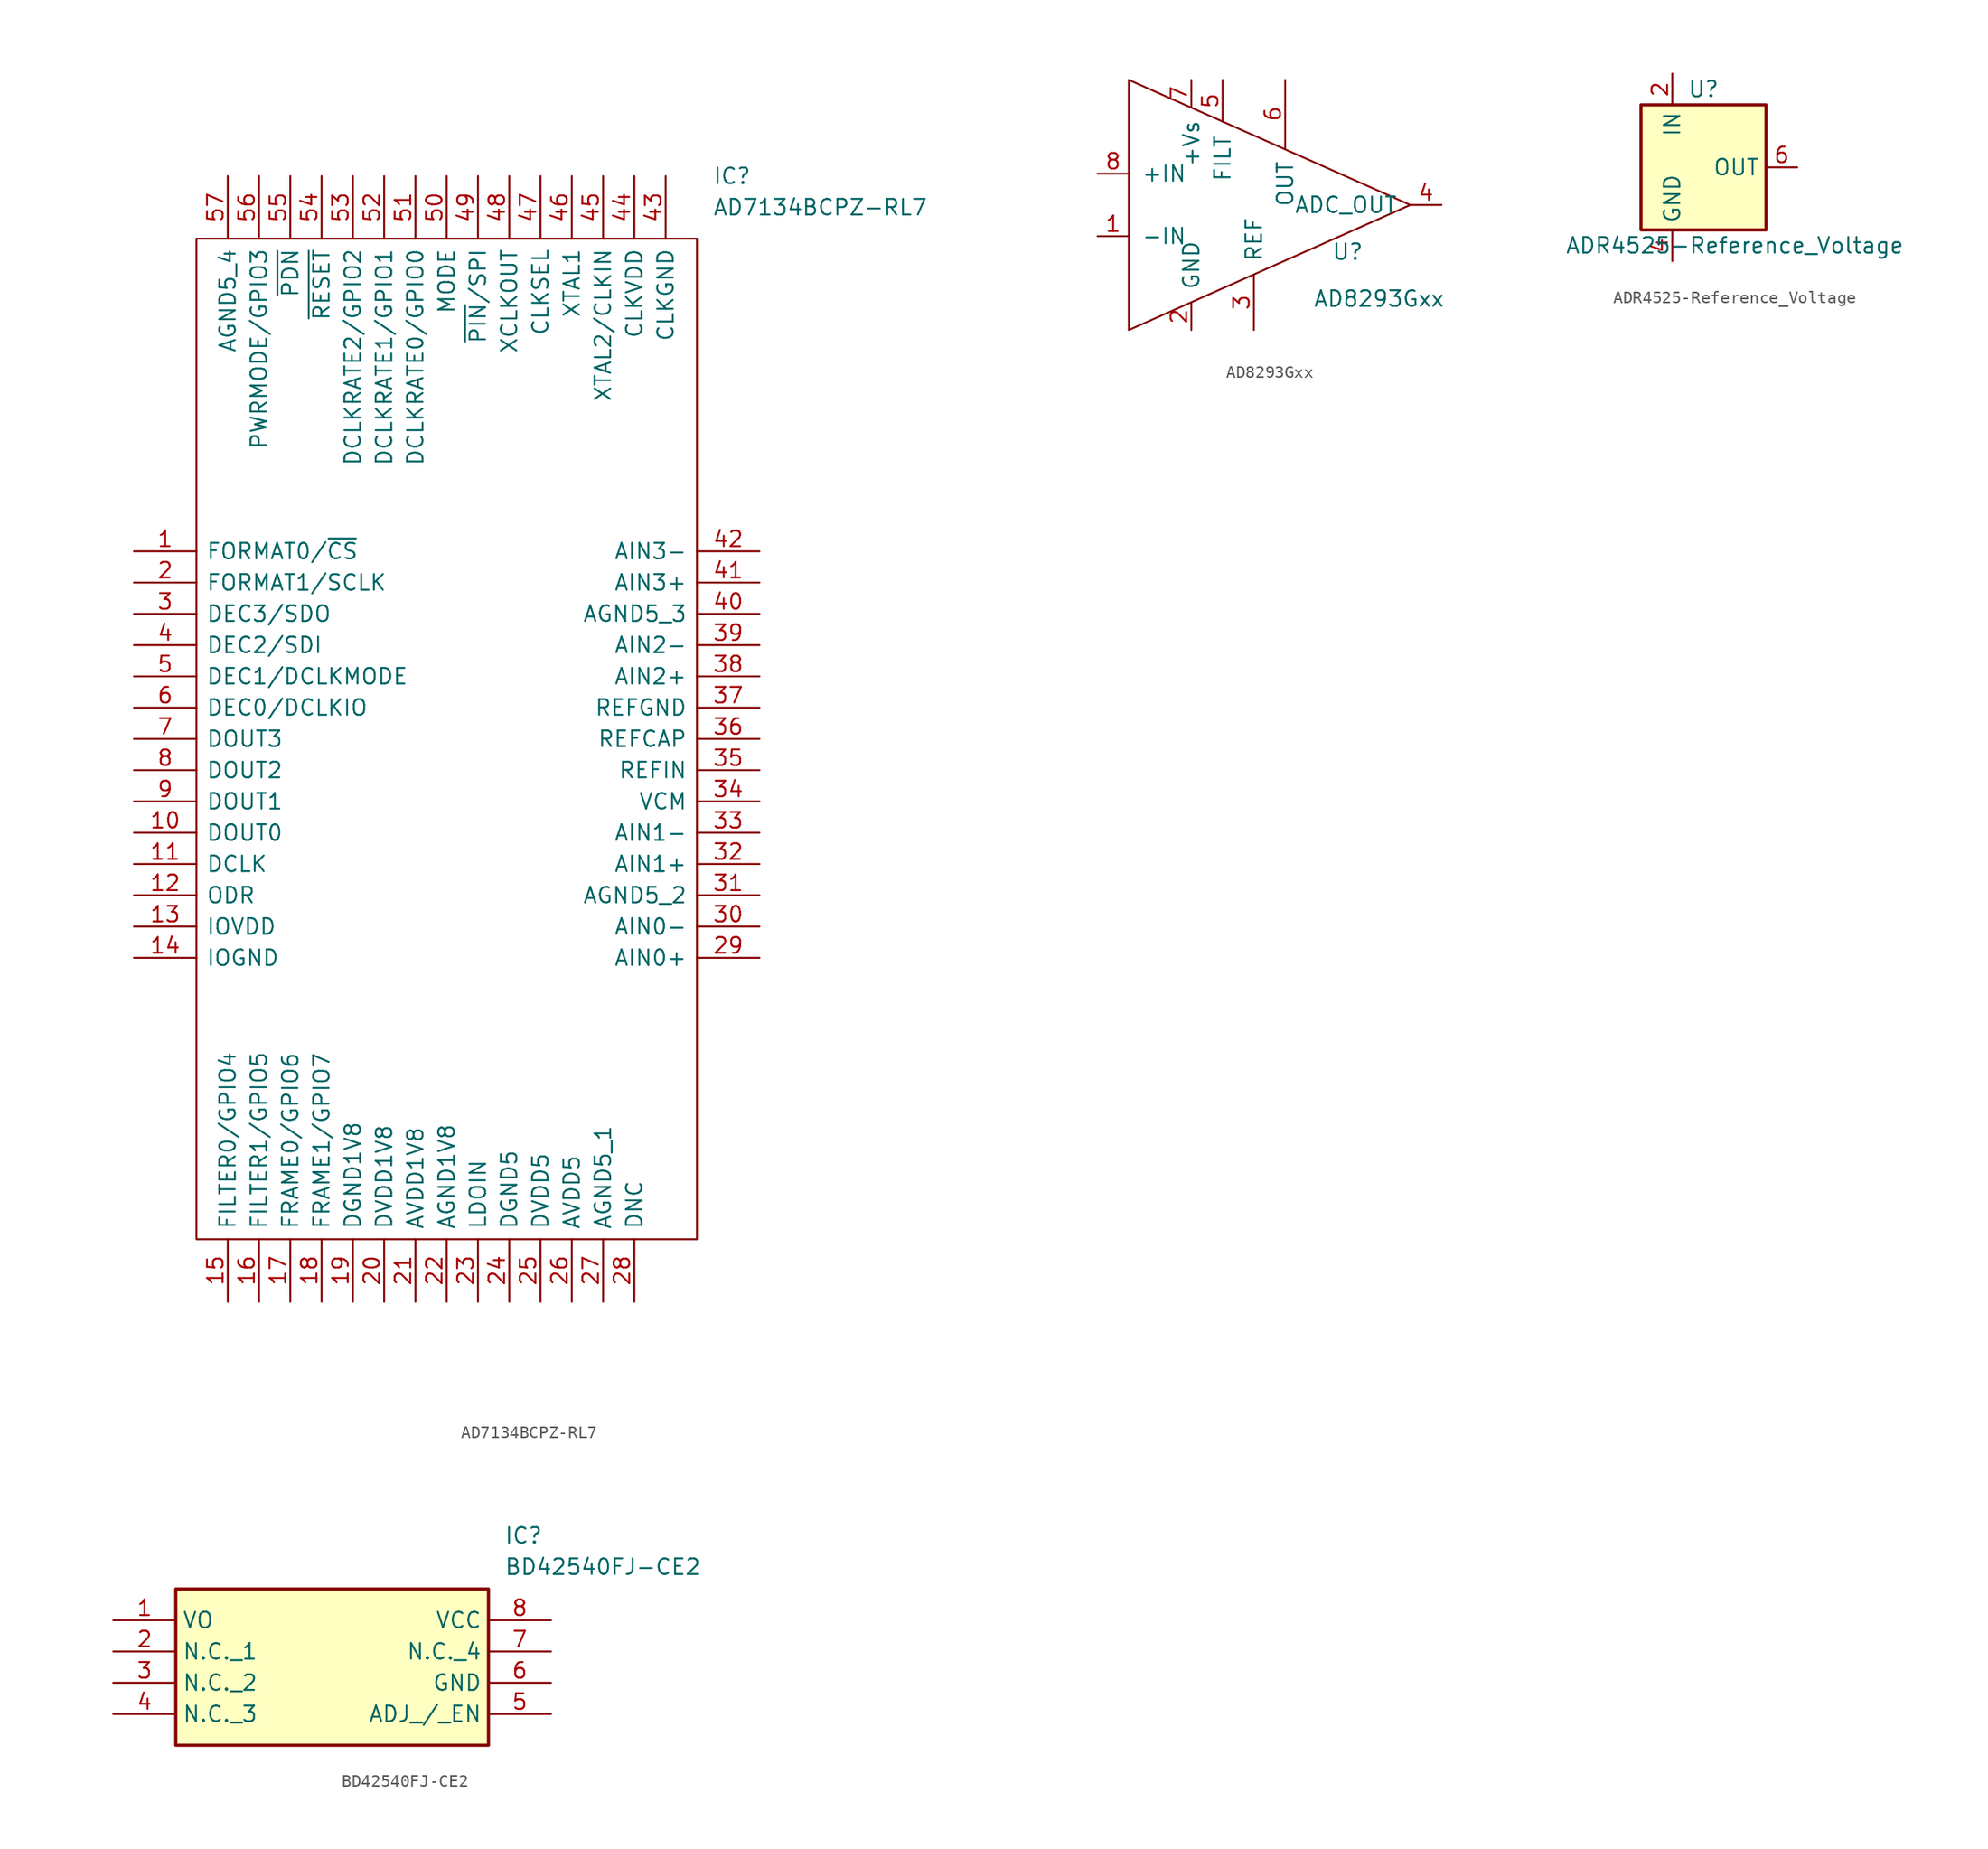
<source format=kicad_sym>
(kicad_symbol_lib
  (version 20231120)
  (generator "kicad_symbol_editor")
  (generator_version "8.0")
  (symbol "AD7134BCPZ-RL7"
    (pin_names
      (offset 0.762))
    (property "Reference" "IC"
      (at 46.99 30.48 0)
      (effects (font (size 1.27 1.27)) (justify left)))
    (property "Value" "AD7134BCPZ-RL7"
      (at 46.99 27.94 0)
      (effects (font (size 1.27 1.27)) (justify left)))
    (symbol "AD7134BCPZ-RL7_0_0"
      (pin passive line (at 0 0 0) (length 5.08) (name "FORMAT0/~{CS}" (effects (font (size 1.27 1.27)))) (number "1" (effects (font (size 1.27 1.27)))))
      (pin passive line (at 0 -22.86 0) (length 5.08) (name "DOUT0" (effects (font (size 1.27 1.27)))) (number "10" (effects (font (size 1.27 1.27)))))
      (pin passive line (at 0 -25.4 0) (length 5.08) (name "DCLK" (effects (font (size 1.27 1.27)))) (number "11" (effects (font (size 1.27 1.27)))))
      (pin passive line (at 0 -27.94 0) (length 5.08) (name "ODR" (effects (font (size 1.27 1.27)))) (number "12" (effects (font (size 1.27 1.27)))))
      (pin passive line (at 0 -30.48 0) (length 5.08) (name "IOVDD" (effects (font (size 1.27 1.27)))) (number "13" (effects (font (size 1.27 1.27)))))
      (pin passive line (at 0 -33.02 0) (length 5.08) (name "IOGND" (effects (font (size 1.27 1.27)))) (number "14" (effects (font (size 1.27 1.27)))))
      (pin passive line (at 7.62 -60.96 90) (length 5.08) (name "FILTER0/GPIO4" (effects (font (size 1.27 1.27)))) (number "15" (effects (font (size 1.27 1.27)))))
      (pin passive line (at 10.16 -60.96 90) (length 5.08) (name "FILTER1/GPIO5" (effects (font (size 1.27 1.27)))) (number "16" (effects (font (size 1.27 1.27)))))
      (pin passive line (at 12.7 -60.96 90) (length 5.08) (name "FRAME0/GPIO6" (effects (font (size 1.27 1.27)))) (number "17" (effects (font (size 1.27 1.27)))))
      (pin passive line (at 15.24 -60.96 90) (length 5.08) (name "FRAME1/GPIO7" (effects (font (size 1.27 1.27)))) (number "18" (effects (font (size 1.27 1.27)))))
      (pin passive line (at 17.78 -60.96 90) (length 5.08) (name "DGND1V8" (effects (font (size 1.27 1.27)))) (number "19" (effects (font (size 1.27 1.27)))))
      (pin passive line (at 0 -2.54 0) (length 5.08) (name "FORMAT1/SCLK" (effects (font (size 1.27 1.27)))) (number "2" (effects (font (size 1.27 1.27)))))
      (pin passive line (at 20.32 -60.96 90) (length 5.08) (name "DVDD1V8" (effects (font (size 1.27 1.27)))) (number "20" (effects (font (size 1.27 1.27)))))
      (pin passive line (at 22.86 -60.96 90) (length 5.08) (name "AVDD1V8" (effects (font (size 1.27 1.27)))) (number "21" (effects (font (size 1.27 1.27)))))
      (pin passive line (at 25.4 -60.96 90) (length 5.08) (name "AGND1V8" (effects (font (size 1.27 1.27)))) (number "22" (effects (font (size 1.27 1.27)))))
      (pin passive line (at 27.94 -60.96 90) (length 5.08) (name "LDOIN" (effects (font (size 1.27 1.27)))) (number "23" (effects (font (size 1.27 1.27)))))
      (pin passive line (at 30.48 -60.96 90) (length 5.08) (name "DGND5" (effects (font (size 1.27 1.27)))) (number "24" (effects (font (size 1.27 1.27)))))
      (pin passive line (at 33.02 -60.96 90) (length 5.08) (name "DVDD5" (effects (font (size 1.27 1.27)))) (number "25" (effects (font (size 1.27 1.27)))))
      (pin passive line (at 35.56 -60.96 90) (length 5.08) (name "AVDD5" (effects (font (size 1.27 1.27)))) (number "26" (effects (font (size 1.27 1.27)))))
      (pin passive line (at 38.1 -60.96 90) (length 5.08) (name "AGND5_1" (effects (font (size 1.27 1.27)))) (number "27" (effects (font (size 1.27 1.27)))))
      (pin passive line (at 40.64 -60.96 90) (length 5.08) (name "DNC" (effects (font (size 1.27 1.27)))) (number "28" (effects (font (size 1.27 1.27)))))
      (pin passive line (at 50.8 -33.02 180) (length 5.08) (name "AIN0+" (effects (font (size 1.27 1.27)))) (number "29" (effects (font (size 1.27 1.27)))))
      (pin passive line (at 0 -5.08 0) (length 5.08) (name "DEC3/SDO" (effects (font (size 1.27 1.27)))) (number "3" (effects (font (size 1.27 1.27)))))
      (pin passive line (at 50.8 -30.48 180) (length 5.08) (name "AIN0-" (effects (font (size 1.27 1.27)))) (number "30" (effects (font (size 1.27 1.27)))))
      (pin passive line (at 50.8 -27.94 180) (length 5.08) (name "AGND5_2" (effects (font (size 1.27 1.27)))) (number "31" (effects (font (size 1.27 1.27)))))
      (pin passive line (at 50.8 -25.4 180) (length 5.08) (name "AIN1+" (effects (font (size 1.27 1.27)))) (number "32" (effects (font (size 1.27 1.27)))))
      (pin passive line (at 50.8 -22.86 180) (length 5.08) (name "AIN1-" (effects (font (size 1.27 1.27)))) (number "33" (effects (font (size 1.27 1.27)))))
      (pin passive line (at 50.8 -20.32 180) (length 5.08) (name "VCM" (effects (font (size 1.27 1.27)))) (number "34" (effects (font (size 1.27 1.27)))))
      (pin passive line (at 50.8 -17.78 180) (length 5.08) (name "REFIN" (effects (font (size 1.27 1.27)))) (number "35" (effects (font (size 1.27 1.27)))))
      (pin passive line (at 50.8 -15.24 180) (length 5.08) (name "REFCAP" (effects (font (size 1.27 1.27)))) (number "36" (effects (font (size 1.27 1.27)))))
      (pin passive line (at 50.8 -12.7 180) (length 5.08) (name "REFGND" (effects (font (size 1.27 1.27)))) (number "37" (effects (font (size 1.27 1.27)))))
      (pin passive line (at 50.8 -10.16 180) (length 5.08) (name "AIN2+" (effects (font (size 1.27 1.27)))) (number "38" (effects (font (size 1.27 1.27)))))
      (pin passive line (at 50.8 -7.62 180) (length 5.08) (name "AIN2-" (effects (font (size 1.27 1.27)))) (number "39" (effects (font (size 1.27 1.27)))))
      (pin passive line (at 0 -7.62 0) (length 5.08) (name "DEC2/SDI" (effects (font (size 1.27 1.27)))) (number "4" (effects (font (size 1.27 1.27)))))
      (pin passive line (at 50.8 -5.08 180) (length 5.08) (name "AGND5_3" (effects (font (size 1.27 1.27)))) (number "40" (effects (font (size 1.27 1.27)))))
      (pin passive line (at 50.8 -2.54 180) (length 5.08) (name "AIN3+" (effects (font (size 1.27 1.27)))) (number "41" (effects (font (size 1.27 1.27)))))
      (pin passive line (at 50.8 0 180) (length 5.08) (name "AIN3-" (effects (font (size 1.27 1.27)))) (number "42" (effects (font (size 1.27 1.27)))))
      (pin passive line (at 43.18 30.48 270) (length 5.08) (name "CLKGND" (effects (font (size 1.27 1.27)))) (number "43" (effects (font (size 1.27 1.27)))))
      (pin passive line (at 40.64 30.48 270) (length 5.08) (name "CLKVDD" (effects (font (size 1.27 1.27)))) (number "44" (effects (font (size 1.27 1.27)))))
      (pin passive line (at 38.1 30.48 270) (length 5.08) (name "XTAL2/CLKIN" (effects (font (size 1.27 1.27)))) (number "45" (effects (font (size 1.27 1.27)))))
      (pin passive line (at 35.56 30.48 270) (length 5.08) (name "XTAL1" (effects (font (size 1.27 1.27)))) (number "46" (effects (font (size 1.27 1.27)))))
      (pin passive line (at 33.02 30.48 270) (length 5.08) (name "CLKSEL" (effects (font (size 1.27 1.27)))) (number "47" (effects (font (size 1.27 1.27)))))
      (pin passive line (at 30.48 30.48 270) (length 5.08) (name "XCLKOUT" (effects (font (size 1.27 1.27)))) (number "48" (effects (font (size 1.27 1.27)))))
      (pin passive line (at 27.94 30.48 270) (length 5.08) (name "~{PIN}/SPI" (effects (font (size 1.27 1.27)))) (number "49" (effects (font (size 1.27 1.27)))))
      (pin passive line (at 0 -10.16 0) (length 5.08) (name "DEC1/DCLKMODE" (effects (font (size 1.27 1.27)))) (number "5" (effects (font (size 1.27 1.27)))))
      (pin passive line (at 25.4 30.48 270) (length 5.08) (name "MODE" (effects (font (size 1.27 1.27)))) (number "50" (effects (font (size 1.27 1.27)))))
      (pin passive line (at 22.86 30.48 270) (length 5.08) (name "DCLKRATE0/GPIO0" (effects (font (size 1.27 1.27)))) (number "51" (effects (font (size 1.27 1.27)))))
      (pin passive line (at 20.32 30.48 270) (length 5.08) (name "DCLKRATE1/GPIO1" (effects (font (size 1.27 1.27)))) (number "52" (effects (font (size 1.27 1.27)))))
      (pin passive line (at 17.78 30.48 270) (length 5.08) (name "DCLKRATE2/GPIO2" (effects (font (size 1.27 1.27)))) (number "53" (effects (font (size 1.27 1.27)))))
      (pin passive line (at 15.24 30.48 270) (length 5.08) (name "~{RESET}" (effects (font (size 1.27 1.27)))) (number "54" (effects (font (size 1.27 1.27)))))
      (pin passive line (at 12.7 30.48 270) (length 5.08) (name "~{PDN}" (effects (font (size 1.27 1.27)))) (number "55" (effects (font (size 1.27 1.27)))))
      (pin passive line (at 10.16 30.48 270) (length 5.08) (name "PWRMODE/GPIO3" (effects (font (size 1.27 1.27)))) (number "56" (effects (font (size 1.27 1.27)))))
      (pin passive line (at 7.62 30.48 270) (length 5.08) (name "AGND5_4" (effects (font (size 1.27 1.27)))) (number "57" (effects (font (size 1.27 1.27)))))
      (pin passive line (at 0 -12.7 0) (length 5.08) (name "DEC0/DCLKIO" (effects (font (size 1.27 1.27)))) (number "6" (effects (font (size 1.27 1.27)))))
      (pin passive line (at 0 -15.24 0) (length 5.08) (name "DOUT3" (effects (font (size 1.27 1.27)))) (number "7" (effects (font (size 1.27 1.27)))))
      (pin passive line (at 0 -17.78 0) (length 5.08) (name "DOUT2" (effects (font (size 1.27 1.27)))) (number "8" (effects (font (size 1.27 1.27)))))
      (pin passive line (at 0 -20.32 0) (length 5.08) (name "DOUT1" (effects (font (size 1.27 1.27)))) (number "9" (effects (font (size 1.27 1.27))))))
    (symbol "AD7134BCPZ-RL7_0_1"
      (polyline (pts (xy 5.08 25.4) (xy 45.72 25.4) (xy 45.72 -55.88) (xy 5.08 -55.88) (xy 5.08 25.4)) (stroke (width 0.152) (type solid)) (fill (type none)))))
  (symbol "AD8293Gxx"
    (pin_names
      (offset 1.016))
    (property "Reference" "U"
      (at 8.89 -16.51 0)
      (effects (font (size 1.27 1.27))))
    (property "Value" "AD8293Gxx"
      (at 11.43 -20.32 0)
      (effects (font (size 1.27 1.27))))
    (symbol "AD8293Gxx_0_1"
      (polyline (pts (xy -8.89 -2.54) (xy -8.89 -22.86) (xy 13.97 -12.7) (xy -8.89 -2.54)) (stroke (width 0) (type solid)) (fill (type none))))
    (symbol "AD8293Gxx_1_1"
      (pin input line (at -11.43 -15.24 0) (length 2.54) (name "-IN" (effects (font (size 1.27 1.27)))) (number "1" (effects (font (size 1.27 1.27)))))
      (pin input line (at -3.81 -22.86 90) (length 2.21) (name "GND" (effects (font (size 1.27 1.27)))) (number "2" (effects (font (size 1.27 1.27)))))
      (pin input line (at 1.27 -22.86 90) (length 4.496) (name "REF" (effects (font (size 1.27 1.27)))) (number "3" (effects (font (size 1.27 1.27)))))
      (pin input line (at 16.51 -12.7 180) (length 2.54) (name "ADC_OUT" (effects (font (size 1.27 1.27)))) (number "4" (effects (font (size 1.27 1.27)))))
      (pin input line (at -1.27 -2.54 270) (length 3.404) (name "FILT" (effects (font (size 1.27 1.27)))) (number "5" (effects (font (size 1.27 1.27)))))
      (pin input line (at 3.81 -2.54 270) (length 5.512) (name "OUT" (effects (font (size 1.27 1.27)))) (number "6" (effects (font (size 1.27 1.27)))))
      (pin input line (at -3.81 -2.54 270) (length 2.21) (name "+Vs" (effects (font (size 1.27 1.27)))) (number "7" (effects (font (size 1.27 1.27)))))
      (pin input line (at -11.43 -10.16 0) (length 2.54) (name "+IN" (effects (font (size 1.27 1.27)))) (number "8" (effects (font (size 1.27 1.27)))))))
  (symbol "ADR4525-Reference_Voltage"
    (property "Reference" "U"
      (at 0 6.35 0)
      (effects (font (size 1.27 1.27))))
    (property "Value" "ADR4525-Reference_Voltage"
      (at 2.54 -6.35 0)
      (effects (font (size 1.27 1.27))))
    (symbol "ADR4525-Reference_Voltage_0_0"
      (pin no_connect line (at -5.08 0 0) (length 2.54) hide (name "NC" (effects (font (size 1.27 1.27)))) (number "3" (effects (font (size 1.27 1.27)))))
      (pin no_connect line (at 5.08 2.54 180) (length 2.54) hide (name "NC" (effects (font (size 1.27 1.27)))) (number "7" (effects (font (size 1.27 1.27)))))
      (pin no_connect line (at 5.08 -2.54 180) (length 2.54) hide (name "NC" (effects (font (size 1.27 1.27)))) (number "8" (effects (font (size 1.27 1.27))))))
    (symbol "ADR4525-Reference_Voltage_0_1"
      (rectangle (start -5.08 5.08) (end 5.08 -5.08) (stroke (width 0.254) (type solid)) (fill (type background))))
    (symbol "ADR4525-Reference_Voltage_1_1"
      (pin no_connect line (at -5.08 2.54 0) (length 2.54) hide (name "NC" (effects (font (size 1.27 1.27)))) (number "1" (effects (font (size 1.27 1.27)))))
      (pin power_in line (at -2.54 7.62 270) (length 2.54) (name "IN" (effects (font (size 1.27 1.27)))) (number "2" (effects (font (size 1.27 1.27)))))
      (pin power_in line (at -2.54 -7.62 90) (length 2.54) (name "GND" (effects (font (size 1.27 1.27)))) (number "4" (effects (font (size 1.27 1.27)))))
      (pin no_connect line (at -5.08 -2.54 0) (length 2.54) hide (name "NC" (effects (font (size 1.27 1.27)))) (number "5" (effects (font (size 1.27 1.27)))))
      (pin power_out line (at 7.62 0 180) (length 2.54) (name "OUT" (effects (font (size 1.27 1.27)))) (number "6" (effects (font (size 1.27 1.27)))))))
  (symbol "BD42540FJ-CE2"
    (property "Reference" "IC"
      (at 31.75 7.62 0)
      (effects (font (size 1.27 1.27)) (justify left top)))
    (property "Value" "BD42540FJ-CE2"
      (at 31.75 5.08 0)
      (effects (font (size 1.27 1.27)) (justify left top)))
    (symbol "BD42540FJ-CE2_1_1"
      (rectangle (start 5.08 2.54) (end 30.48 -10.16) (stroke (width 0.254) (type default)) (fill (type background)))
      (pin passive line (at 0 0 0) (length 5.08) (name "VO" (effects (font (size 1.27 1.27)))) (number "1" (effects (font (size 1.27 1.27)))))
      (pin passive line (at 0 -2.54 0) (length 5.08) (name "N.C._1" (effects (font (size 1.27 1.27)))) (number "2" (effects (font (size 1.27 1.27)))))
      (pin passive line (at 0 -5.08 0) (length 5.08) (name "N.C._2" (effects (font (size 1.27 1.27)))) (number "3" (effects (font (size 1.27 1.27)))))
      (pin passive line (at 0 -7.62 0) (length 5.08) (name "N.C._3" (effects (font (size 1.27 1.27)))) (number "4" (effects (font (size 1.27 1.27)))))
      (pin passive line (at 35.56 -7.62 180) (length 5.08) (name "ADJ_/_EN" (effects (font (size 1.27 1.27)))) (number "5" (effects (font (size 1.27 1.27)))))
      (pin passive line (at 35.56 -5.08 180) (length 5.08) (name "GND" (effects (font (size 1.27 1.27)))) (number "6" (effects (font (size 1.27 1.27)))))
      (pin passive line (at 35.56 -2.54 180) (length 5.08) (name "N.C._4" (effects (font (size 1.27 1.27)))) (number "7" (effects (font (size 1.27 1.27)))))
      (pin passive line (at 35.56 0 180) (length 5.08) (name "VCC" (effects (font (size 1.27 1.27)))) (number "8" (effects (font (size 1.27 1.27))))))))
</source>
